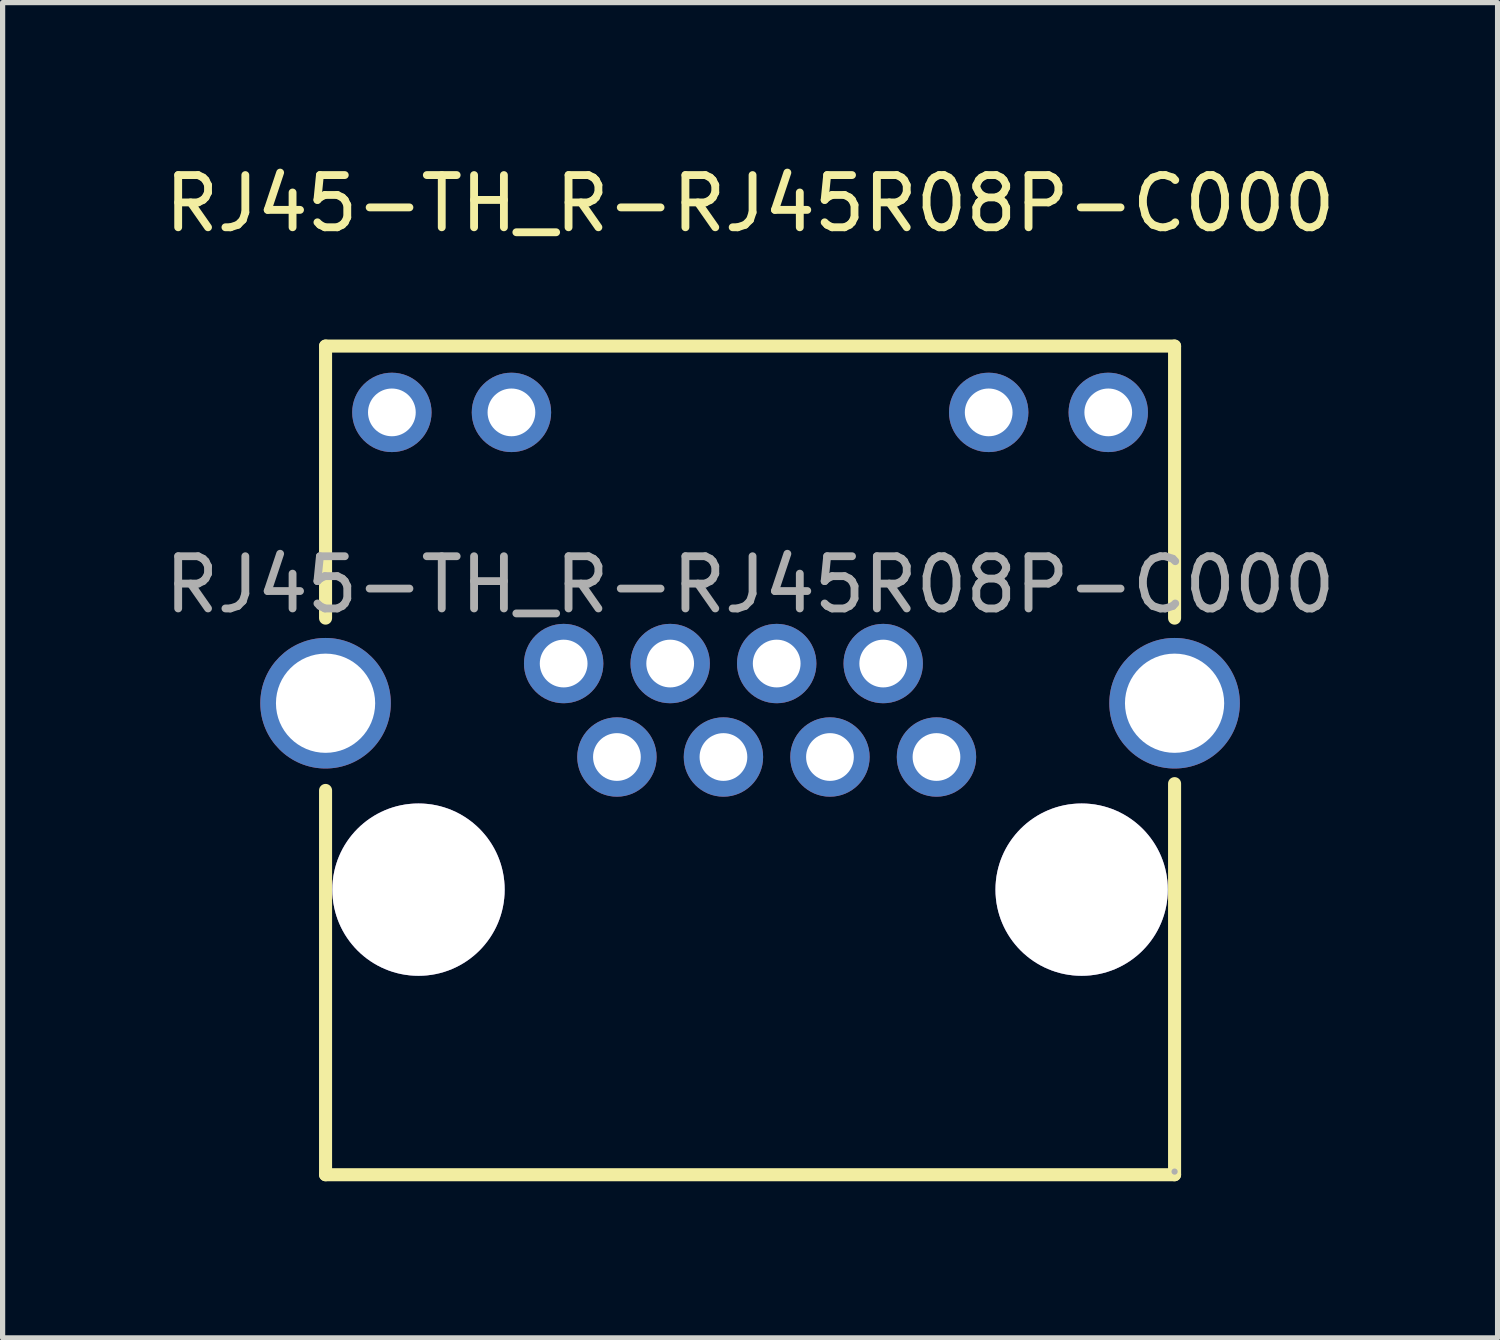
<source format=kicad_pcb>
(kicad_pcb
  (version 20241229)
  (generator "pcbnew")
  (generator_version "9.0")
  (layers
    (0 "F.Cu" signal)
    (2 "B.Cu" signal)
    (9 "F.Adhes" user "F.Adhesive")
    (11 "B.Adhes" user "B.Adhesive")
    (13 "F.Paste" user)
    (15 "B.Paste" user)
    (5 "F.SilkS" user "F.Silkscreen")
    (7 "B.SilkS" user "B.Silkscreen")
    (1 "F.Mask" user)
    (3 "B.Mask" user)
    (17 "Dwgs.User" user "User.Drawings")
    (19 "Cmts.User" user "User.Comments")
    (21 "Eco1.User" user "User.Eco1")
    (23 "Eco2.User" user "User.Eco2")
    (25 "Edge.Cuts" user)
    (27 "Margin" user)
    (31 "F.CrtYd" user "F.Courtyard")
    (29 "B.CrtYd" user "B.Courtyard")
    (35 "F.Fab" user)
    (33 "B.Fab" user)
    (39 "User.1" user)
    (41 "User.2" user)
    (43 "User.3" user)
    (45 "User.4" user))
  (footprint "RJ45-TH_R-RJ45R08P-C000"
    (layer "F.Cu")
    (at 11.315 8.148)
    (property "Reference" "RJ45-TH_R-RJ45R08P-C000" (at 0 -7.3 0) (layer "F.SilkS") (effects (font (size 1 1) (thickness 0.15))))
    (attr through_hole)
    (fp_line (start -8.13 -4.57) (end -8.13 0.64) (stroke (width 0.25) (type solid)) (layer "F.SilkS"))
    (fp_line (start -8.13 3.94) (end -8.13 11.3) (stroke (width 0.25) (type solid)) (layer "F.SilkS"))
    (fp_line (start -8.13 11.3) (end 8.13 11.3) (stroke (width 0.25) (type solid)) (layer "F.SilkS"))
    (fp_line (start 8.13 -4.57) (end -8.13 -4.57) (stroke (width 0.25) (type solid)) (layer "F.SilkS"))
    (fp_line (start 8.13 0.64) (end 8.13 -4.57) (stroke (width 0.25) (type solid)) (layer "F.SilkS"))
    (fp_line (start 8.13 11.3) (end 8.13 3.81) (stroke (width 0.25) (type solid)) (layer "F.SilkS"))
    (fp_circle (center -6.35 5.84) (end -5.6 5.84) (stroke (width 1.5) (type solid)) (fill no) (layer "Cmts.User"))
    (fp_circle (center 6.35 5.84) (end 7.1 5.84) (stroke (width 1.5) (type solid)) (fill no) (layer "Cmts.User"))
    (fp_circle (center 8.13 11.24) (end 8.16 11.24) (stroke (width 0.06) (type solid)) (fill no) (layer "F.Fab"))
    (fp_text user "${REFERENCE}" (at 0 0 0) (layer "F.Fab") (effects (font (size 1 1) (thickness 0.15))))
    (pad "" thru_hole circle (at -6.35 5.84) (size 3.3 3.3) (drill 3.3) (layers "*.Cu" "*.Mask"))
    (pad "" thru_hole circle (at 6.35 5.84) (size 3.3 3.3) (drill 3.3) (layers "*.Cu" "*.Mask"))
    (pad "1" thru_hole circle (at 3.57 3.3) (size 1.52 1.52) (drill 0.914) (layers "*.Cu" "*.Mask"))
    (pad "2" thru_hole circle (at 2.55 1.51) (size 1.52 1.52) (drill 0.914) (layers "*.Cu" "*.Mask"))
    (pad "3" thru_hole circle (at 1.53 3.3) (size 1.52 1.52) (drill 0.914) (layers "*.Cu" "*.Mask"))
    (pad "4" thru_hole circle (at 0.51 1.51) (size 1.52 1.52) (drill 0.914) (layers "*.Cu" "*.Mask"))
    (pad "5" thru_hole circle (at -0.51 3.3) (size 1.52 1.52) (drill 0.914) (layers "*.Cu" "*.Mask"))
    (pad "6" thru_hole circle (at -1.53 1.51) (size 1.52 1.52) (drill 0.914) (layers "*.Cu" "*.Mask"))
    (pad "7" thru_hole circle (at -2.55 3.3) (size 1.52 1.52) (drill 0.914) (layers "*.Cu" "*.Mask"))
    (pad "8" thru_hole circle (at -3.57 1.51) (size 1.52 1.52) (drill 0.914) (layers "*.Cu" "*.Mask"))
    (pad "9" thru_hole circle (at -6.86 -3.3) (size 1.52 1.52) (drill 0.914) (layers "*.Cu" "*.Mask"))
    (pad "10" thru_hole circle (at -4.57 -3.3) (size 1.52 1.52) (drill 0.914) (layers "*.Cu" "*.Mask"))
    (pad "11" thru_hole circle (at 4.57 -3.3) (size 1.52 1.52) (drill 0.914) (layers "*.Cu" "*.Mask"))
    (pad "12" thru_hole circle (at 6.86 -3.3) (size 1.52 1.52) (drill 0.914) (layers "*.Cu" "*.Mask"))
    (pad "13" thru_hole circle (at 8.13 2.27) (size 2.5 2.5) (drill 1.9) (layers "*.Cu" "*.Mask"))
    (pad "14" thru_hole circle (at -8.13 2.27) (size 2.5 2.5) (drill 1.9) (layers "*.Cu" "*.Mask")))
  (gr_rect
    (start -3 -3)
    (end 25.631 22.573)
    (stroke (width 0.1) (type default))
    (fill no)
    (layer "Edge.Cuts")))
</source>
